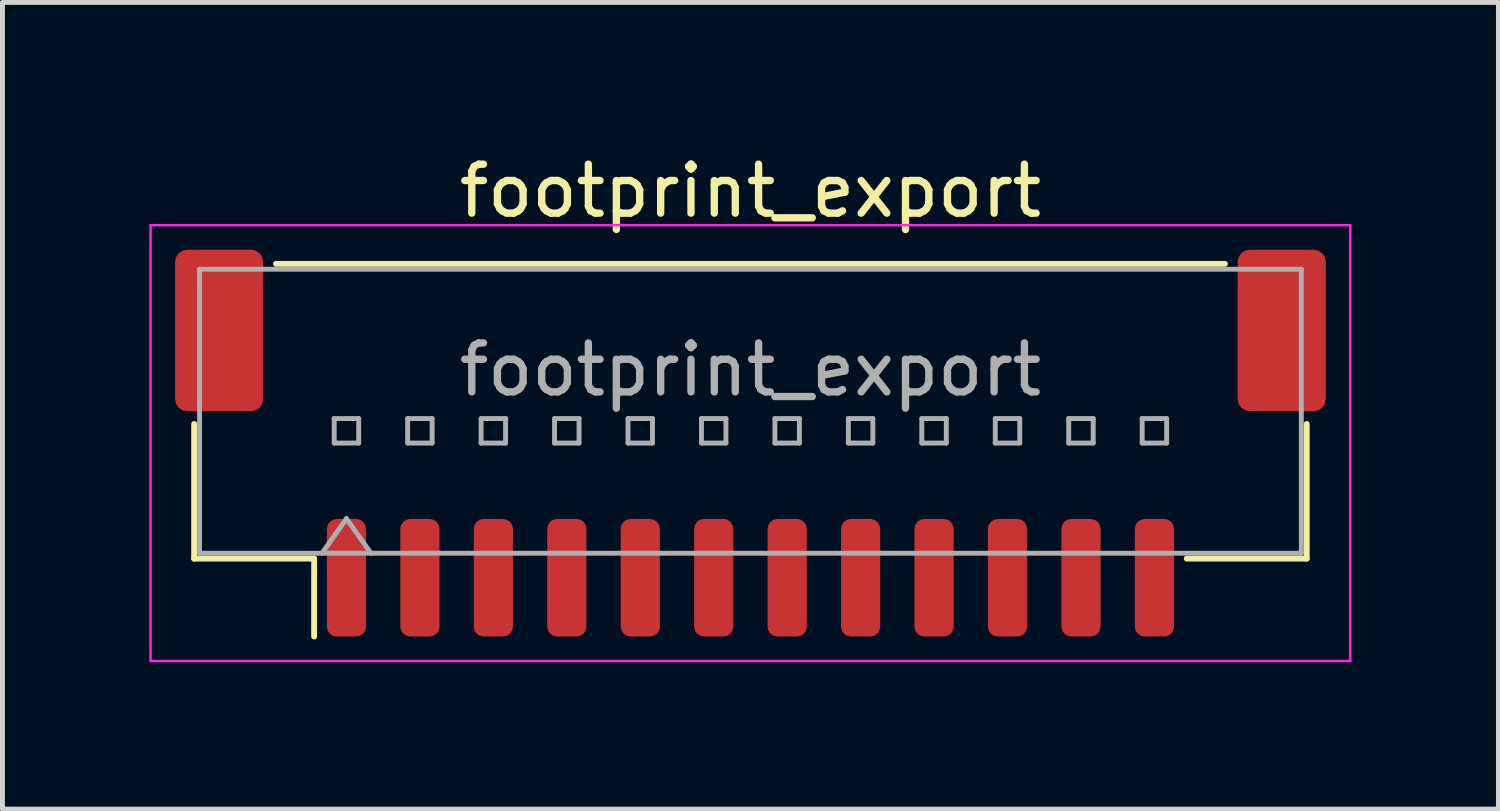
<source format=kicad_pcb>
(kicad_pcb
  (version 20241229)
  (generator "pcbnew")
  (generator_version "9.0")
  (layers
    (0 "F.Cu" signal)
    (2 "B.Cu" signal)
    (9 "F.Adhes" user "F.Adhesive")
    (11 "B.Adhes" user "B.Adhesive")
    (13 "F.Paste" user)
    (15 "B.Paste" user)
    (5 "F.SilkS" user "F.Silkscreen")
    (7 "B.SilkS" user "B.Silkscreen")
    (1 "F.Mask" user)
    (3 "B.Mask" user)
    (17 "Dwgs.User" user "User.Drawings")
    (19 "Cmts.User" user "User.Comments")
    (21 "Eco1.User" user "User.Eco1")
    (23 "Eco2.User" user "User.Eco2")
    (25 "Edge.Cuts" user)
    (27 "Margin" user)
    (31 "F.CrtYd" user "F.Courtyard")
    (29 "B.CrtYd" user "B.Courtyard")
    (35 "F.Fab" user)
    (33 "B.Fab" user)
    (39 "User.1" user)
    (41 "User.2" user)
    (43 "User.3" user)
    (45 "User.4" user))
  (footprint "footprint_export"
    (layer "F.Cu")
    (at 12.275 5.998)
    (property "Reference" "footprint_export" (at 0 -5.15 0) (layer "F.SilkS") (effects (font (size 1 1) (thickness 0.15))))
    (attr smd)
    (fp_line (start -11.36 -0.39) (end -11.36 2.36) (stroke (width 0.12) (type solid)) (layer "F.SilkS"))
    (fp_line (start -11.36 2.36) (end -8.91 2.36) (stroke (width 0.12) (type solid)) (layer "F.SilkS"))
    (fp_line (start -9.69 -3.66) (end 9.69 -3.66) (stroke (width 0.12) (type solid)) (layer "F.SilkS"))
    (fp_line (start -8.91 2.36) (end -8.91 3.95) (stroke (width 0.12) (type solid)) (layer "F.SilkS"))
    (fp_line (start 11.36 -0.39) (end 11.36 2.36) (stroke (width 0.12) (type solid)) (layer "F.SilkS"))
    (fp_line (start 11.36 2.36) (end 8.91 2.36) (stroke (width 0.12) (type solid)) (layer "F.SilkS"))
    (fp_line (start -12.25 -4.45) (end -12.25 4.45) (stroke (width 0.05) (type solid)) (layer "F.CrtYd"))
    (fp_line (start -12.25 4.45) (end 12.25 4.45) (stroke (width 0.05) (type solid)) (layer "F.CrtYd"))
    (fp_line (start 12.25 -4.45) (end -12.25 -4.45) (stroke (width 0.05) (type solid)) (layer "F.CrtYd"))
    (fp_line (start 12.25 4.45) (end 12.25 -4.45) (stroke (width 0.05) (type solid)) (layer "F.CrtYd"))
    (fp_line (start -11.25 -3.55) (end 11.25 -3.55) (stroke (width 0.1) (type solid)) (layer "F.Fab"))
    (fp_line (start -11.25 2.25) (end -11.25 -3.55) (stroke (width 0.1) (type solid)) (layer "F.Fab"))
    (fp_line (start -11.25 2.25) (end 11.25 2.25) (stroke (width 0.1) (type solid)) (layer "F.Fab"))
    (fp_line (start -8.75 2.25) (end -8.25 1.543) (stroke (width 0.1) (type solid)) (layer "F.Fab"))
    (fp_line (start -8.5 -0.5) (end -8.5 0) (stroke (width 0.1) (type solid)) (layer "F.Fab"))
    (fp_line (start -8.5 0) (end -8 0) (stroke (width 0.1) (type solid)) (layer "F.Fab"))
    (fp_line (start -8.25 1.543) (end -7.75 2.25) (stroke (width 0.1) (type solid)) (layer "F.Fab"))
    (fp_line (start -8 -0.5) (end -8.5 -0.5) (stroke (width 0.1) (type solid)) (layer "F.Fab"))
    (fp_line (start -8 0) (end -8 -0.5) (stroke (width 0.1) (type solid)) (layer "F.Fab"))
    (fp_line (start -7 -0.5) (end -7 0) (stroke (width 0.1) (type solid)) (layer "F.Fab"))
    (fp_line (start -7 0) (end -6.5 0) (stroke (width 0.1) (type solid)) (layer "F.Fab"))
    (fp_line (start -6.5 -0.5) (end -7 -0.5) (stroke (width 0.1) (type solid)) (layer "F.Fab"))
    (fp_line (start -6.5 0) (end -6.5 -0.5) (stroke (width 0.1) (type solid)) (layer "F.Fab"))
    (fp_line (start -5.5 -0.5) (end -5.5 0) (stroke (width 0.1) (type solid)) (layer "F.Fab"))
    (fp_line (start -5.5 0) (end -5 0) (stroke (width 0.1) (type solid)) (layer "F.Fab"))
    (fp_line (start -5 -0.5) (end -5.5 -0.5) (stroke (width 0.1) (type solid)) (layer "F.Fab"))
    (fp_line (start -5 0) (end -5 -0.5) (stroke (width 0.1) (type solid)) (layer "F.Fab"))
    (fp_line (start -4 -0.5) (end -4 0) (stroke (width 0.1) (type solid)) (layer "F.Fab"))
    (fp_line (start -4 0) (end -3.5 0) (stroke (width 0.1) (type solid)) (layer "F.Fab"))
    (fp_line (start -3.5 -0.5) (end -4 -0.5) (stroke (width 0.1) (type solid)) (layer "F.Fab"))
    (fp_line (start -3.5 0) (end -3.5 -0.5) (stroke (width 0.1) (type solid)) (layer "F.Fab"))
    (fp_line (start -2.5 -0.5) (end -2.5 0) (stroke (width 0.1) (type solid)) (layer "F.Fab"))
    (fp_line (start -2.5 0) (end -2 0) (stroke (width 0.1) (type solid)) (layer "F.Fab"))
    (fp_line (start -2 -0.5) (end -2.5 -0.5) (stroke (width 0.1) (type solid)) (layer "F.Fab"))
    (fp_line (start -2 0) (end -2 -0.5) (stroke (width 0.1) (type solid)) (layer "F.Fab"))
    (fp_line (start -1 -0.5) (end -1 0) (stroke (width 0.1) (type solid)) (layer "F.Fab"))
    (fp_line (start -1 0) (end -0.5 0) (stroke (width 0.1) (type solid)) (layer "F.Fab"))
    (fp_line (start -0.5 -0.5) (end -1 -0.5) (stroke (width 0.1) (type solid)) (layer "F.Fab"))
    (fp_line (start -0.5 0) (end -0.5 -0.5) (stroke (width 0.1) (type solid)) (layer "F.Fab"))
    (fp_line (start 0.5 -0.5) (end 0.5 0) (stroke (width 0.1) (type solid)) (layer "F.Fab"))
    (fp_line (start 0.5 0) (end 1 0) (stroke (width 0.1) (type solid)) (layer "F.Fab"))
    (fp_line (start 1 -0.5) (end 0.5 -0.5) (stroke (width 0.1) (type solid)) (layer "F.Fab"))
    (fp_line (start 1 0) (end 1 -0.5) (stroke (width 0.1) (type solid)) (layer "F.Fab"))
    (fp_line (start 2 -0.5) (end 2 0) (stroke (width 0.1) (type solid)) (layer "F.Fab"))
    (fp_line (start 2 0) (end 2.5 0) (stroke (width 0.1) (type solid)) (layer "F.Fab"))
    (fp_line (start 2.5 -0.5) (end 2 -0.5) (stroke (width 0.1) (type solid)) (layer "F.Fab"))
    (fp_line (start 2.5 0) (end 2.5 -0.5) (stroke (width 0.1) (type solid)) (layer "F.Fab"))
    (fp_line (start 3.5 -0.5) (end 3.5 0) (stroke (width 0.1) (type solid)) (layer "F.Fab"))
    (fp_line (start 3.5 0) (end 4 0) (stroke (width 0.1) (type solid)) (layer "F.Fab"))
    (fp_line (start 4 -0.5) (end 3.5 -0.5) (stroke (width 0.1) (type solid)) (layer "F.Fab"))
    (fp_line (start 4 0) (end 4 -0.5) (stroke (width 0.1) (type solid)) (layer "F.Fab"))
    (fp_line (start 5 -0.5) (end 5 0) (stroke (width 0.1) (type solid)) (layer "F.Fab"))
    (fp_line (start 5 0) (end 5.5 0) (stroke (width 0.1) (type solid)) (layer "F.Fab"))
    (fp_line (start 5.5 -0.5) (end 5 -0.5) (stroke (width 0.1) (type solid)) (layer "F.Fab"))
    (fp_line (start 5.5 0) (end 5.5 -0.5) (stroke (width 0.1) (type solid)) (layer "F.Fab"))
    (fp_line (start 6.5 -0.5) (end 6.5 0) (stroke (width 0.1) (type solid)) (layer "F.Fab"))
    (fp_line (start 6.5 0) (end 7 0) (stroke (width 0.1) (type solid)) (layer "F.Fab"))
    (fp_line (start 7 -0.5) (end 6.5 -0.5) (stroke (width 0.1) (type solid)) (layer "F.Fab"))
    (fp_line (start 7 0) (end 7 -0.5) (stroke (width 0.1) (type solid)) (layer "F.Fab"))
    (fp_line (start 8 -0.5) (end 8 0) (stroke (width 0.1) (type solid)) (layer "F.Fab"))
    (fp_line (start 8 0) (end 8.5 0) (stroke (width 0.1) (type solid)) (layer "F.Fab"))
    (fp_line (start 8.5 -0.5) (end 8 -0.5) (stroke (width 0.1) (type solid)) (layer "F.Fab"))
    (fp_line (start 8.5 0) (end 8.5 -0.5) (stroke (width 0.1) (type solid)) (layer "F.Fab"))
    (fp_line (start 11.25 2.25) (end 11.25 -3.55) (stroke (width 0.1) (type solid)) (layer "F.Fab"))
    (fp_text user "${REFERENCE}" (at 0 -1.5 0) (layer "F.Fab") (effects (font (size 1 1) (thickness 0.15))))
    (pad "1" smd roundrect (at -8.25 2.75) (size 0.8 2.4) (layers "F.Cu" "F.Mask" "F.Paste") (roundrect_rratio 0.25))
    (pad "2" smd roundrect (at -6.75 2.75) (size 0.8 2.4) (layers "F.Cu" "F.Mask" "F.Paste") (roundrect_rratio 0.25))
    (pad "3" smd roundrect (at -5.25 2.75) (size 0.8 2.4) (layers "F.Cu" "F.Mask" "F.Paste") (roundrect_rratio 0.25))
    (pad "4" smd roundrect (at -3.75 2.75) (size 0.8 2.4) (layers "F.Cu" "F.Mask" "F.Paste") (roundrect_rratio 0.25))
    (pad "5" smd roundrect (at -2.25 2.75) (size 0.8 2.4) (layers "F.Cu" "F.Mask" "F.Paste") (roundrect_rratio 0.25))
    (pad "6" smd roundrect (at -0.75 2.75) (size 0.8 2.4) (layers "F.Cu" "F.Mask" "F.Paste") (roundrect_rratio 0.25))
    (pad "7" smd roundrect (at 0.75 2.75) (size 0.8 2.4) (layers "F.Cu" "F.Mask" "F.Paste") (roundrect_rratio 0.25))
    (pad "8" smd roundrect (at 2.25 2.75) (size 0.8 2.4) (layers "F.Cu" "F.Mask" "F.Paste") (roundrect_rratio 0.25))
    (pad "9" smd roundrect (at 3.75 2.75) (size 0.8 2.4) (layers "F.Cu" "F.Mask" "F.Paste") (roundrect_rratio 0.25))
    (pad "10" smd roundrect (at 5.25 2.75) (size 0.8 2.4) (layers "F.Cu" "F.Mask" "F.Paste") (roundrect_rratio 0.25))
    (pad "11" smd roundrect (at 6.75 2.75) (size 0.8 2.4) (layers "F.Cu" "F.Mask" "F.Paste") (roundrect_rratio 0.25))
    (pad "12" smd roundrect (at 8.25 2.75) (size 0.8 2.4) (layers "F.Cu" "F.Mask" "F.Paste") (roundrect_rratio 0.25))
    (pad "MP" smd roundrect (at -10.85 -2.3) (size 1.8 3.3) (layers "F.Cu" "F.Mask" "F.Paste") (roundrect_rratio 0.139))
    (pad "MP" smd roundrect (at 10.85 -2.3) (size 1.8 3.3) (layers "F.Cu" "F.Mask" "F.Paste") (roundrect_rratio 0.139)))
  (gr_rect
    (start -3 -3)
    (end 27.55 13.473)
    (stroke (width 0.1) (type default))
    (fill no)
    (layer "Edge.Cuts")))
</source>
